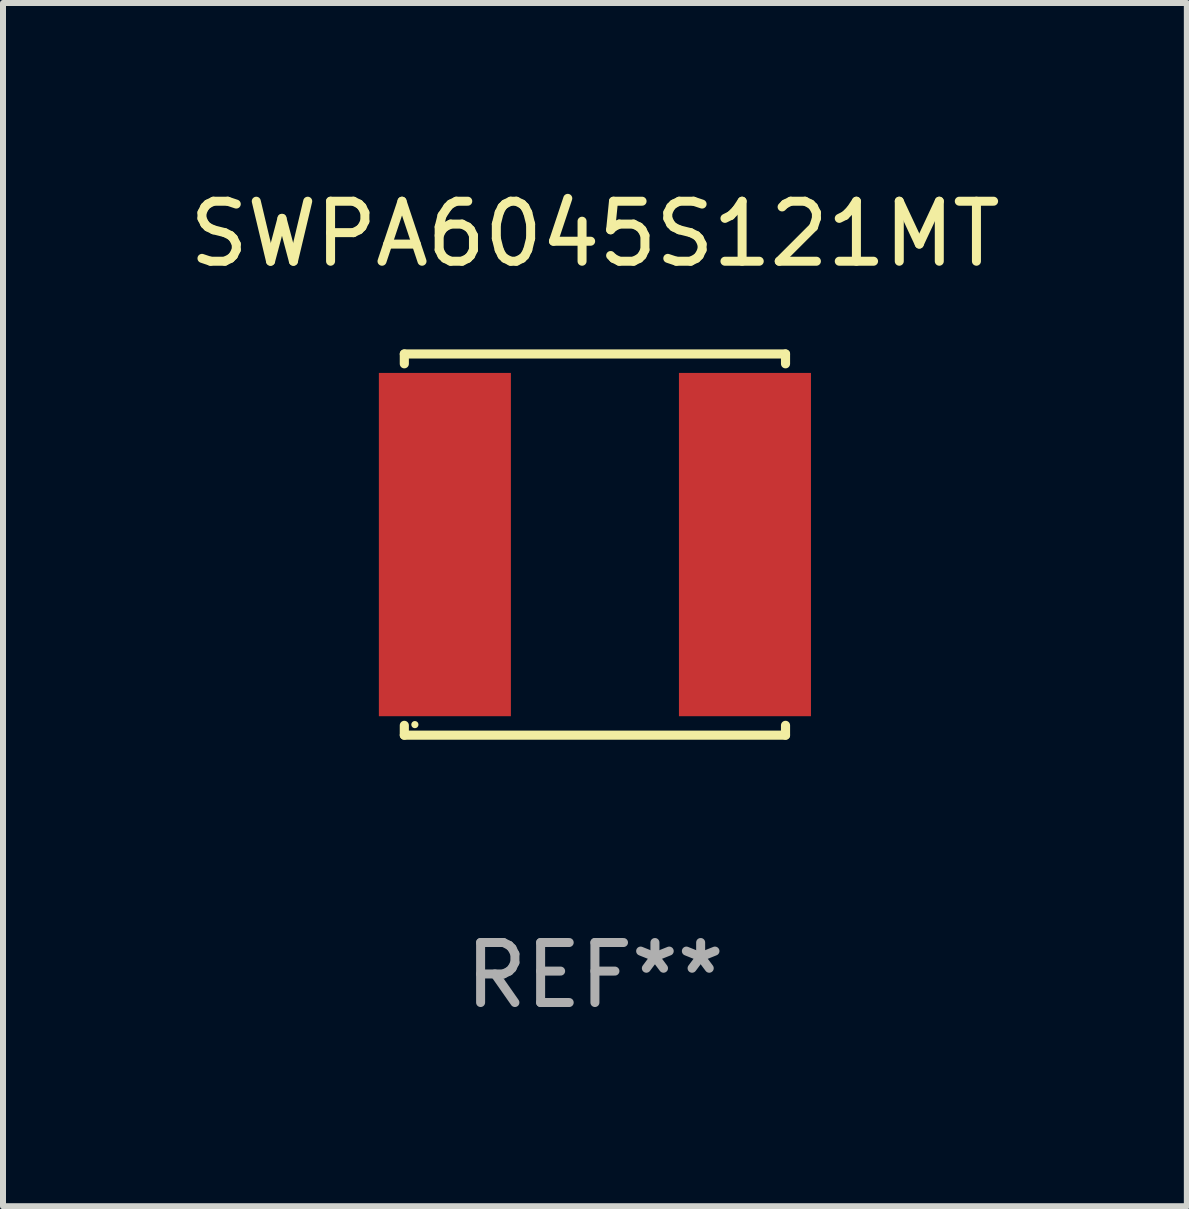
<source format=kicad_pcb>
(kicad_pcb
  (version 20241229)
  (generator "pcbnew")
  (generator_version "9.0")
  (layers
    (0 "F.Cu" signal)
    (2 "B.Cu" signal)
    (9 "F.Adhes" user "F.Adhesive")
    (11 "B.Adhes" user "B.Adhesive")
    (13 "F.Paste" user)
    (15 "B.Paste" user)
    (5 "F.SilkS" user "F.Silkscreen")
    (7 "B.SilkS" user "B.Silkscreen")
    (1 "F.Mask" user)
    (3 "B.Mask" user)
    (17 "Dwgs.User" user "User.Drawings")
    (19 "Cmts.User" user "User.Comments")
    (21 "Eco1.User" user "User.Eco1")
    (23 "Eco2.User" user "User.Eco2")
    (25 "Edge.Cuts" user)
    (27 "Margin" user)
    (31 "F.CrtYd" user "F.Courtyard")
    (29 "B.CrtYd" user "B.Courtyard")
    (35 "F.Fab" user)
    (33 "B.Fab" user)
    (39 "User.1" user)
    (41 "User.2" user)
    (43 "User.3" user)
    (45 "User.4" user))
  (footprint "SWPA6045S121MT"
    (layer "F.Cu")
    (at 6.863 6.024)
    (property "Reference" "SWPA6045S121MT" (at 0 -5.176 0) (layer "F.SilkS") (effects (font (size 1 1) (thickness 0.15))))
    (attr through_hole)
    (fp_line (start -3.176 -3.176) (end 3.176 -3.176) (stroke (width 0.152) (type solid)) (layer "F.SilkS"))
    (fp_line (start -3.176 -3.012) (end -3.176 -3.176) (stroke (width 0.152) (type solid)) (layer "F.SilkS"))
    (fp_line (start -3.176 3.012) (end -3.176 3.176) (stroke (width 0.152) (type solid)) (layer "F.SilkS"))
    (fp_line (start -3.176 3.176) (end 3.176 3.176) (stroke (width 0.152) (type solid)) (layer "F.SilkS"))
    (fp_line (start 3.176 -3.176) (end 3.176 -3.012) (stroke (width 0.152) (type solid)) (layer "F.SilkS"))
    (fp_line (start 3.176 3.176) (end 3.176 3.012) (stroke (width 0.152) (type solid)) (layer "F.SilkS"))
    (fp_circle (center -3 3) (end -2.97 3) (stroke (width 0.06) (type solid)) (fill no) (layer "F.SilkS"))
    (fp_text user "REF**" (at 0 7.176 0) (layer "F.Fab") (effects (font (size 1 1) (thickness 0.15))))
    (pad "1" smd rect (at -2.5 0) (size 2.2 5.72) (layers "F.Cu" "F.Mask" "F.Paste"))
    (pad "2" smd rect (at 2.5 0) (size 2.2 5.72) (layers "F.Cu" "F.Mask" "F.Paste")))
  (gr_rect
    (start -3 -3)
    (end 16.726 17.049)
    (stroke (width 0.1) (type default))
    (fill no)
    (layer "Edge.Cuts")))
</source>
